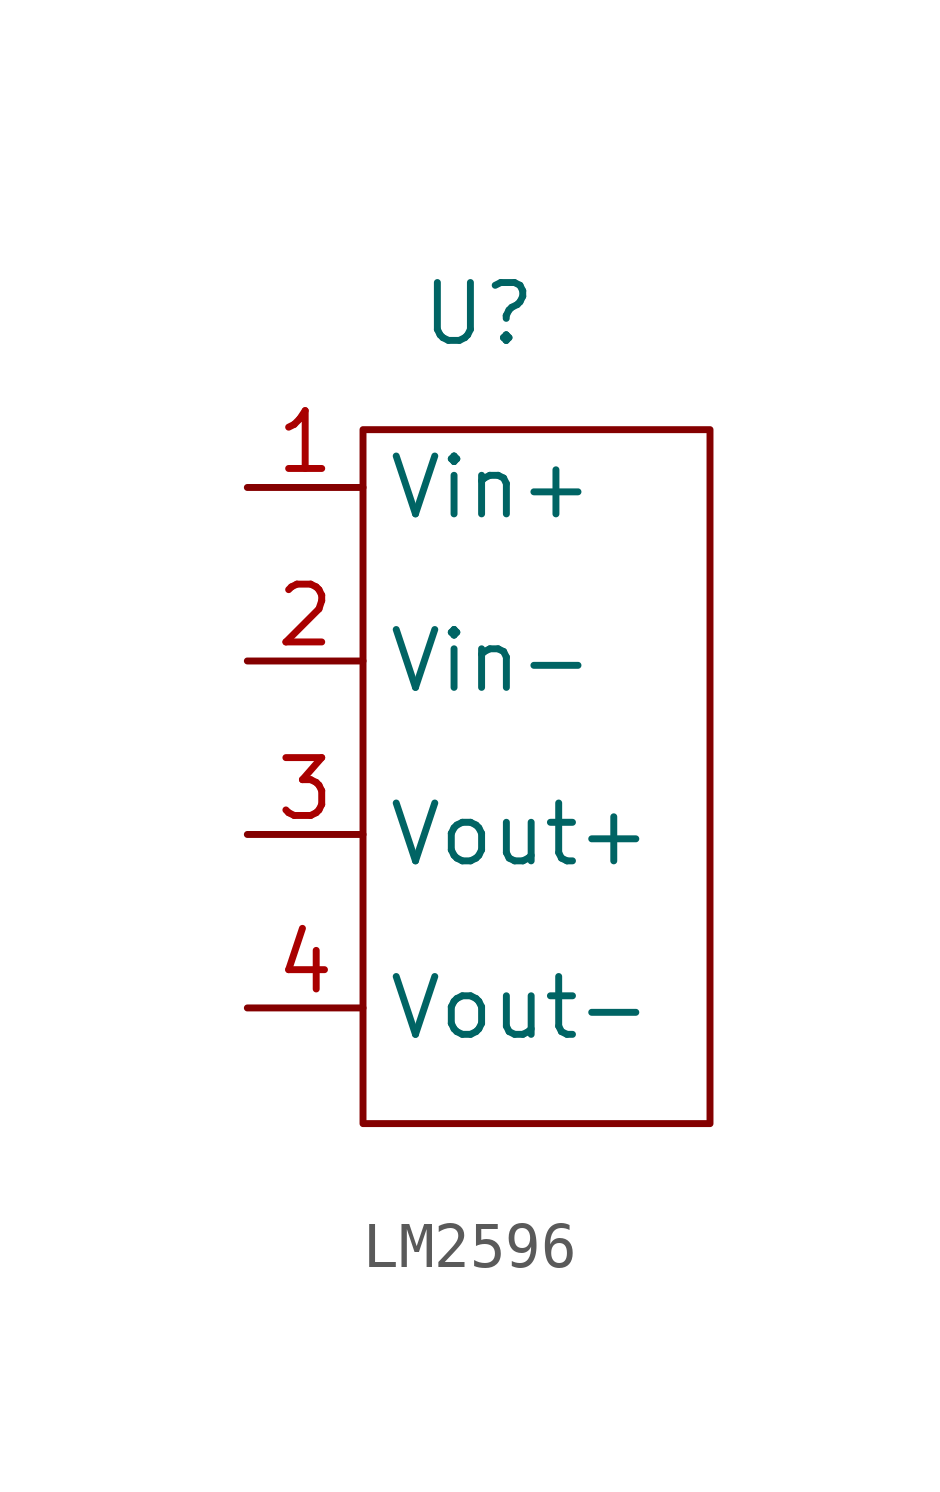
<source format=kicad_sym>
(kicad_symbol_lib
  (version 20220914)
  (generator kicad_symbol_editor)
  (symbol "LM2596"
    (property "Reference" "U"
      (at 0 1.27 0)
      (effects (font (size 1.27 1.27))))
    (property "Value" ""
      (at 0 0 0)
      (effects (font (size 1.27 1.27))))
    (symbol "LM2596_0_1"
      (rectangle (start -2.54 -1.27) (end 5.08 -16.51) (stroke (width 0) (type default)) (fill (type none))))
    (symbol "LM2596_1_1"
      (pin passive line (at -5.08 -2.54 0) (length 2.54) (name "Vin+" (effects (font (size 1.27 1.27)))) (number "1" (effects (font (size 1.27 1.27)))))
      (pin passive line (at -5.08 -6.35 0) (length 2.54) (name "Vin-" (effects (font (size 1.27 1.27)))) (number "2" (effects (font (size 1.27 1.27)))))
      (pin passive line (at -5.08 -10.16 0) (length 2.54) (name "Vout+" (effects (font (size 1.27 1.27)))) (number "3" (effects (font (size 1.27 1.27)))))
      (pin passive line (at -5.08 -13.97 0) (length 2.54) (name "Vout-" (effects (font (size 1.27 1.27)))) (number "4" (effects (font (size 1.27 1.27))))))))
</source>
